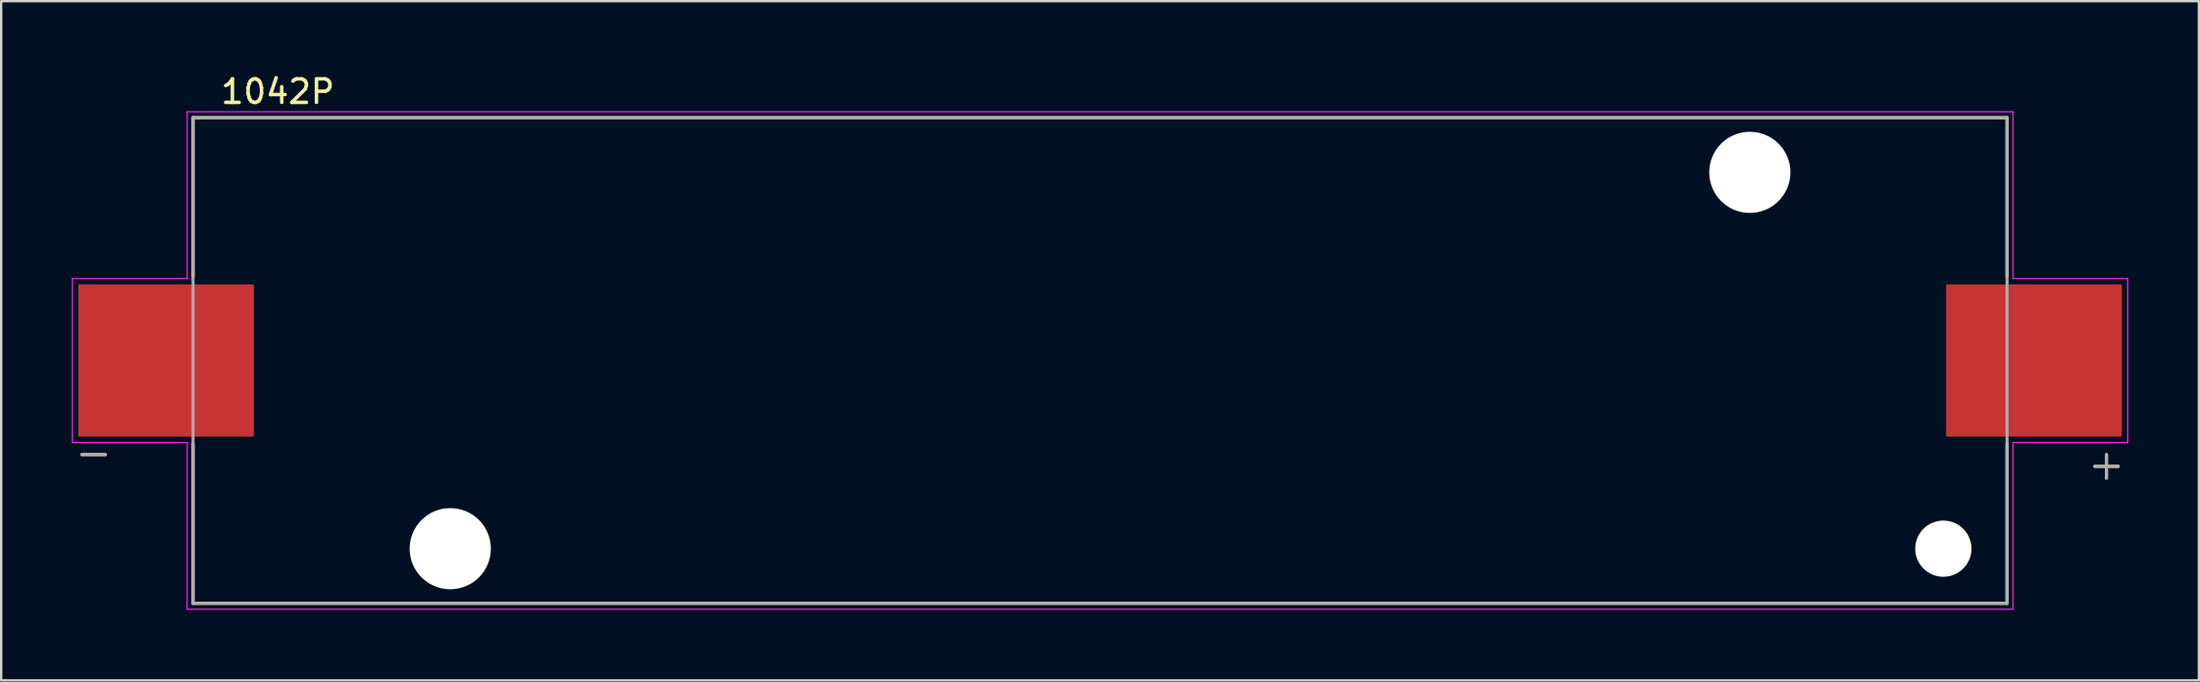
<source format=kicad_pcb>
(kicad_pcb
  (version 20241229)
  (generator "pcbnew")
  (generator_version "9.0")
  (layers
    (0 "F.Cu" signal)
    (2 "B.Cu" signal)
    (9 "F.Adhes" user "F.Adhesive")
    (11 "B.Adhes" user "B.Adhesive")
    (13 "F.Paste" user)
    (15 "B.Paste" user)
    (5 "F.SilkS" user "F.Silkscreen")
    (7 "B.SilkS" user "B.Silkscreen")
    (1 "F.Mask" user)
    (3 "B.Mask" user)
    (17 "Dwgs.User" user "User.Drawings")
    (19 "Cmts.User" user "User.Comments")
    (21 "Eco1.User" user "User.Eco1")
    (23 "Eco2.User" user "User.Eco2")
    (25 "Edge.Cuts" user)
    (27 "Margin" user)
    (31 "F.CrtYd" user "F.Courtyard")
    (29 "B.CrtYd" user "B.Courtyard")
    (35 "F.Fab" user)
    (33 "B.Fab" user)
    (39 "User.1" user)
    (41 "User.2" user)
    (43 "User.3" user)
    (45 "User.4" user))
  (footprint "1042P"
    (layer "F.Cu")
    (at 43.675 12.278)
    (property "Reference" "1042P" (at -34.925 -11.43 0) (layer "F.SilkS") (effects (font (size 1 1) (thickness 0.15))))
    (attr through_hole)
    (fp_line (start -43.25 4) (end -42.25 4) (stroke (width 0.127) (type solid)) (layer "F.SilkS"))
    (fp_line (start -38.525 -10.325) (end 38.525 -10.325) (stroke (width 0.127) (type solid)) (layer "F.SilkS"))
    (fp_line (start -38.525 -3.55) (end -38.525 -10.325) (stroke (width 0.127) (type solid)) (layer "F.SilkS"))
    (fp_line (start -38.525 10.325) (end -38.525 3.55) (stroke (width 0.127) (type solid)) (layer "F.SilkS"))
    (fp_line (start 38.525 -10.325) (end 38.525 -3.55) (stroke (width 0.127) (type solid)) (layer "F.SilkS"))
    (fp_line (start 38.525 3.55) (end 38.525 10.325) (stroke (width 0.127) (type solid)) (layer "F.SilkS"))
    (fp_line (start 38.525 10.325) (end -38.525 10.325) (stroke (width 0.127) (type solid)) (layer "F.SilkS"))
    (fp_line (start 42.25 4.5) (end 43.25 4.5) (stroke (width 0.127) (type solid)) (layer "F.SilkS"))
    (fp_line (start 42.75 4) (end 42.75 5) (stroke (width 0.127) (type solid)) (layer "F.SilkS"))
    (fp_line (start -43.65 -3.485) (end -38.775 -3.485) (stroke (width 0.05) (type solid)) (layer "F.CrtYd"))
    (fp_line (start -43.65 3.485) (end -43.65 -3.485) (stroke (width 0.05) (type solid)) (layer "F.CrtYd"))
    (fp_line (start -38.775 -10.575) (end 38.775 -10.575) (stroke (width 0.05) (type solid)) (layer "F.CrtYd"))
    (fp_line (start -38.775 -3.485) (end -38.775 -10.575) (stroke (width 0.05) (type solid)) (layer "F.CrtYd"))
    (fp_line (start -38.775 3.485) (end -43.65 3.485) (stroke (width 0.05) (type solid)) (layer "F.CrtYd"))
    (fp_line (start -38.775 10.575) (end -38.775 3.485) (stroke (width 0.05) (type solid)) (layer "F.CrtYd"))
    (fp_line (start 38.775 -10.575) (end 38.775 -3.485) (stroke (width 0.05) (type solid)) (layer "F.CrtYd"))
    (fp_line (start 38.775 -3.485) (end 43.65 -3.485) (stroke (width 0.05) (type solid)) (layer "F.CrtYd"))
    (fp_line (start 38.775 3.485) (end 38.775 10.575) (stroke (width 0.05) (type solid)) (layer "F.CrtYd"))
    (fp_line (start 38.775 10.575) (end -38.775 10.575) (stroke (width 0.05) (type solid)) (layer "F.CrtYd"))
    (fp_line (start 43.65 -3.485) (end 43.65 3.485) (stroke (width 0.05) (type solid)) (layer "F.CrtYd"))
    (fp_line (start 43.65 3.485) (end 38.775 3.485) (stroke (width 0.05) (type solid)) (layer "F.CrtYd"))
    (fp_line (start -43.25 4) (end -42.25 4) (stroke (width 0.127) (type solid)) (layer "F.Fab"))
    (fp_line (start -38.525 -10.325) (end 38.525 -10.325) (stroke (width 0.127) (type solid)) (layer "F.Fab"))
    (fp_line (start -38.525 10.325) (end -38.525 -10.325) (stroke (width 0.127) (type solid)) (layer "F.Fab"))
    (fp_line (start 38.525 -10.325) (end 38.525 10.325) (stroke (width 0.127) (type solid)) (layer "F.Fab"))
    (fp_line (start 38.525 10.325) (end -38.525 10.325) (stroke (width 0.127) (type solid)) (layer "F.Fab"))
    (fp_line (start 42.25 4.5) (end 43.25 4.5) (stroke (width 0.127) (type solid)) (layer "F.Fab"))
    (fp_line (start 42.75 4) (end 42.75 5) (stroke (width 0.127) (type solid)) (layer "F.Fab"))
    (pad "" np_thru_hole circle (at -27.6 8) (size 3.45 3.45) (drill 3.45) (layers "*.Cu" "*.Mask"))
    (pad "" np_thru_hole circle (at 27.6 -8) (size 3.45 3.45) (drill 3.45) (layers "*.Cu" "*.Mask"))
    (pad "" np_thru_hole circle (at 35.82 8) (size 2.39 2.39) (drill 2.39) (layers "*.Cu" "*.Mask"))
    (pad "N" smd rect (at -39.67 0) (size 7.46 6.47) (layers "F.Cu" "F.Mask" "F.Paste"))
    (pad "P" smd rect (at 39.67 0) (size 7.46 6.47) (layers "F.Cu" "F.Mask" "F.Paste")))
  (gr_rect
    (start -3 -3)
    (end 90.35 25.878)
    (stroke (width 0.1) (type default))
    (fill no)
    (layer "Edge.Cuts")))
</source>
